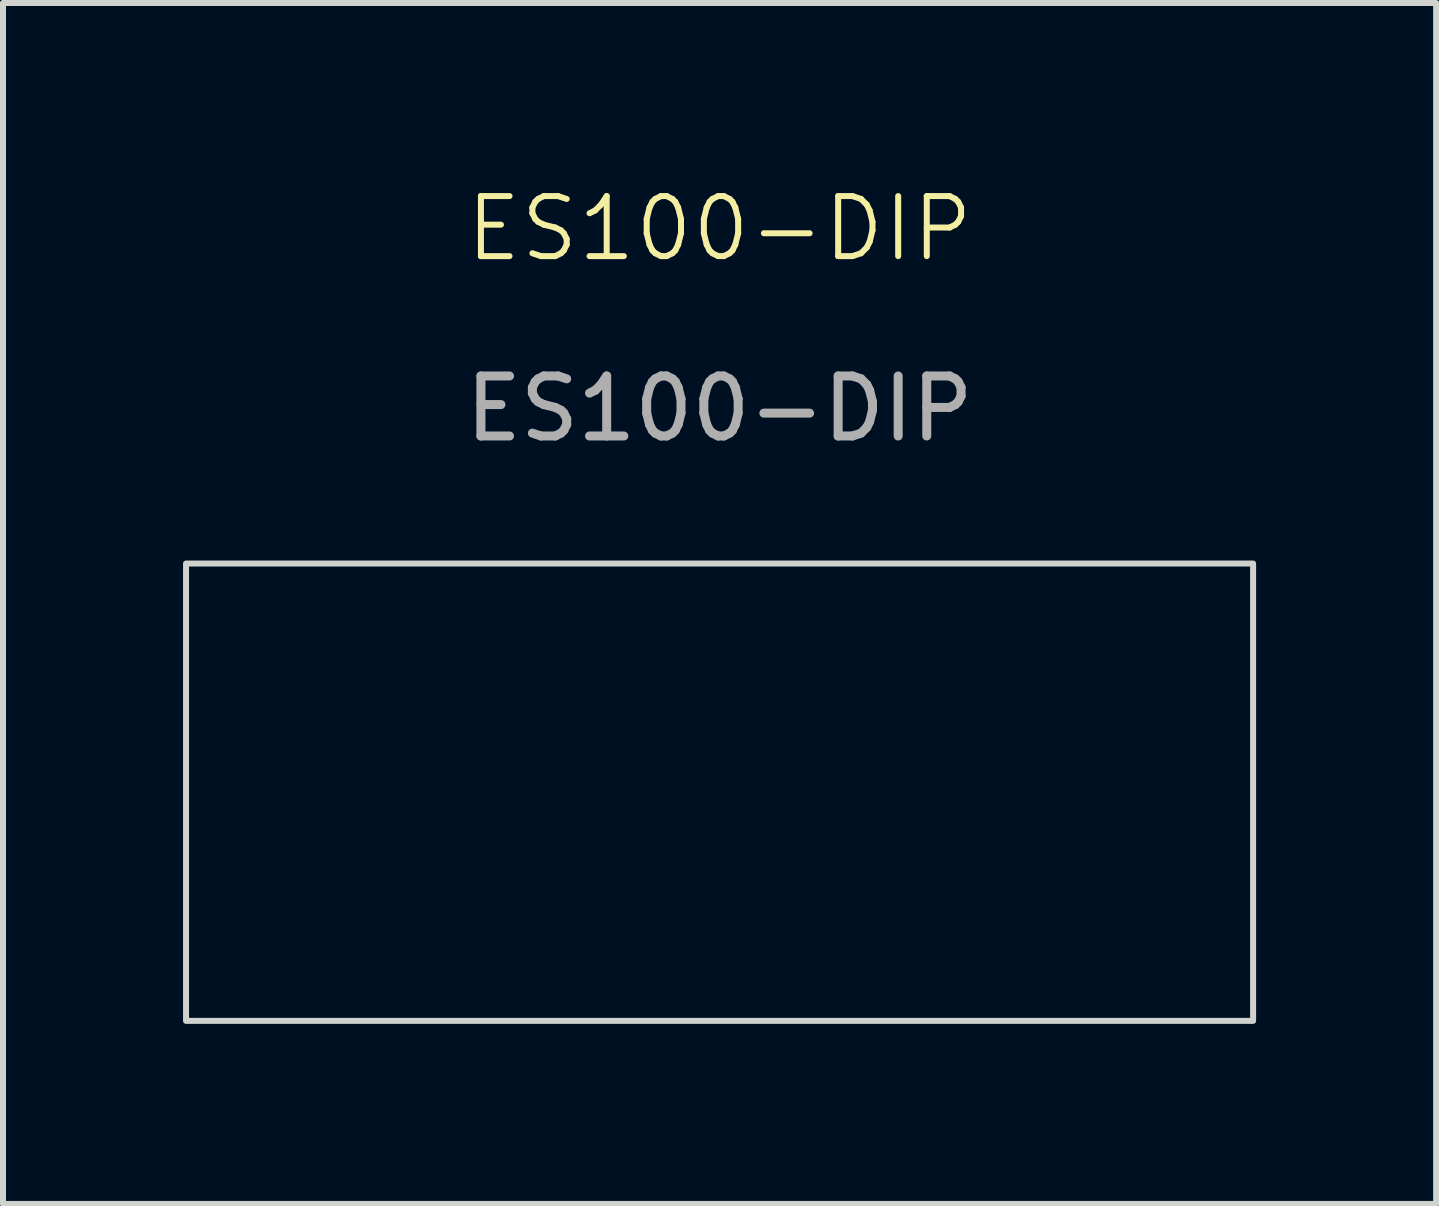
<source format=kicad_pcb>
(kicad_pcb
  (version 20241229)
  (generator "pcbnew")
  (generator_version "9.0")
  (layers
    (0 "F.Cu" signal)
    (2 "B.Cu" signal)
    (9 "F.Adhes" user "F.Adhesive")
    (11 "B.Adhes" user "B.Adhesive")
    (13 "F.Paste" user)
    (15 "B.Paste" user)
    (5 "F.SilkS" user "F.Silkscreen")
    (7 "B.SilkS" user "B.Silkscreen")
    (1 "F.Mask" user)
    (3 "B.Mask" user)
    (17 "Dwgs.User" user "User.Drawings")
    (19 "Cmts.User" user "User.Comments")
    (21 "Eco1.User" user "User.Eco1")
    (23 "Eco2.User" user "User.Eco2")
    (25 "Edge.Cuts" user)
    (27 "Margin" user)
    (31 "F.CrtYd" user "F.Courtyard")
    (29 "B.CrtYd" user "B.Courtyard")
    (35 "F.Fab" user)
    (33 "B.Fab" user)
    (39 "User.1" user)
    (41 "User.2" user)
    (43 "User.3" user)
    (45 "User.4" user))
  (footprint "ES100-DIP"
    (layer "F.Cu")
    (at 8.94 1.26)
    (property "Reference" "ES100-DIP" (at 0 -0.5 0) (unlocked yes) (layer "F.SilkS") (effects (font (size 1 1) (thickness 0.1))))
    (attr through_hole)
    (fp_rect (start -8.89 5.08) (end 8.89 12.7) (stroke (width 0.1) (type default)) (fill no) (layer "Edge.Cuts"))
    (fp_text user "${REFERENCE}" (at 0 2.5 0) (unlocked yes) (layer "F.Fab") (effects (font (size 1 1) (thickness 0.15)))))
  (gr_rect
    (start -3 -3)
    (end 20.88 17.011)
    (stroke (width 0.1) (type default))
    (fill no)
    (layer "Edge.Cuts")))
</source>
